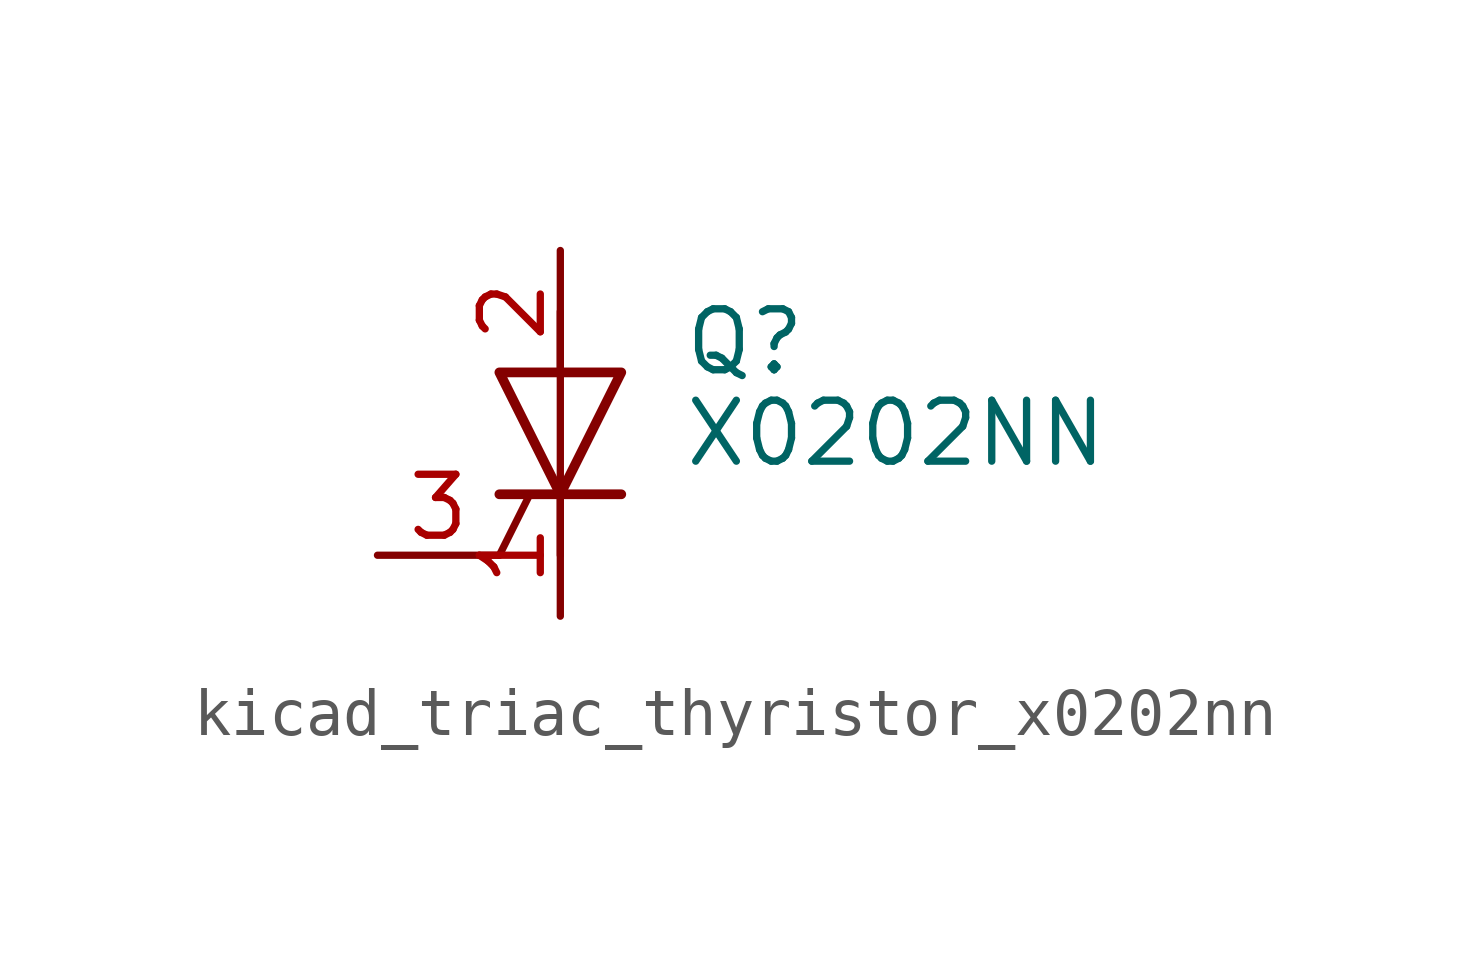
<source format=kicad_sym>
(kicad_symbol_lib
  (version 20220914)
  (generator kicad_symbol_editor)
  (symbol "kicad_triac_thyristor_x0202nn"
    (pin_names
      (offset 0) hide)
    (property "Reference" "Q"
      (at 2.54 1.905 0)
      (effects (font (size 1.27 1.27)) (justify left)))
    (property "Value" "X0202NN"
      (at 2.54 0 0)
      (effects (font (size 1.27 1.27)) (justify left)))
    (symbol "kicad_triac_thyristor_x0202nn_0_1"
      (polyline (pts (xy -1.27 -2.54) (xy -0.635 -1.27)) (stroke (width 0) (type default)) (fill (type none)))
      (polyline (pts (xy -1.27 -1.27) (xy 1.27 -1.27)) (stroke (width 0.203) (type default)) (fill (type none)))
      (polyline (pts (xy 0 -2.54) (xy 0 2.54)) (stroke (width 0) (type default)) (fill (type none)))
      (polyline (pts (xy -1.27 1.27) (xy 1.27 1.27) (xy 0 -1.27) (xy -1.27 1.27)) (stroke (width 0.203) (type default)) (fill (type none))))
    (symbol "kicad_triac_thyristor_x0202nn_1_1"
      (pin passive line (at 0 -3.81 90) (length 2.54) (name "K" (effects (font (size 1.27 1.27)))) (number "1" (effects (font (size 1.27 1.27)))))
      (pin passive line (at 0 3.81 270) (length 2.54) (name "A" (effects (font (size 1.27 1.27)))) (number "2" (effects (font (size 1.27 1.27)))))
      (pin input line (at -3.81 -2.54 0) (length 2.54) (name "G" (effects (font (size 1.27 1.27)))) (number "3" (effects (font (size 1.27 1.27)))))
      (pin passive line (at 0 3.81 270) (length 2.54) hide (name "A" (effects (font (size 1.27 1.27)))) (number "4" (effects (font (size 1.27 1.27))))))))
</source>
